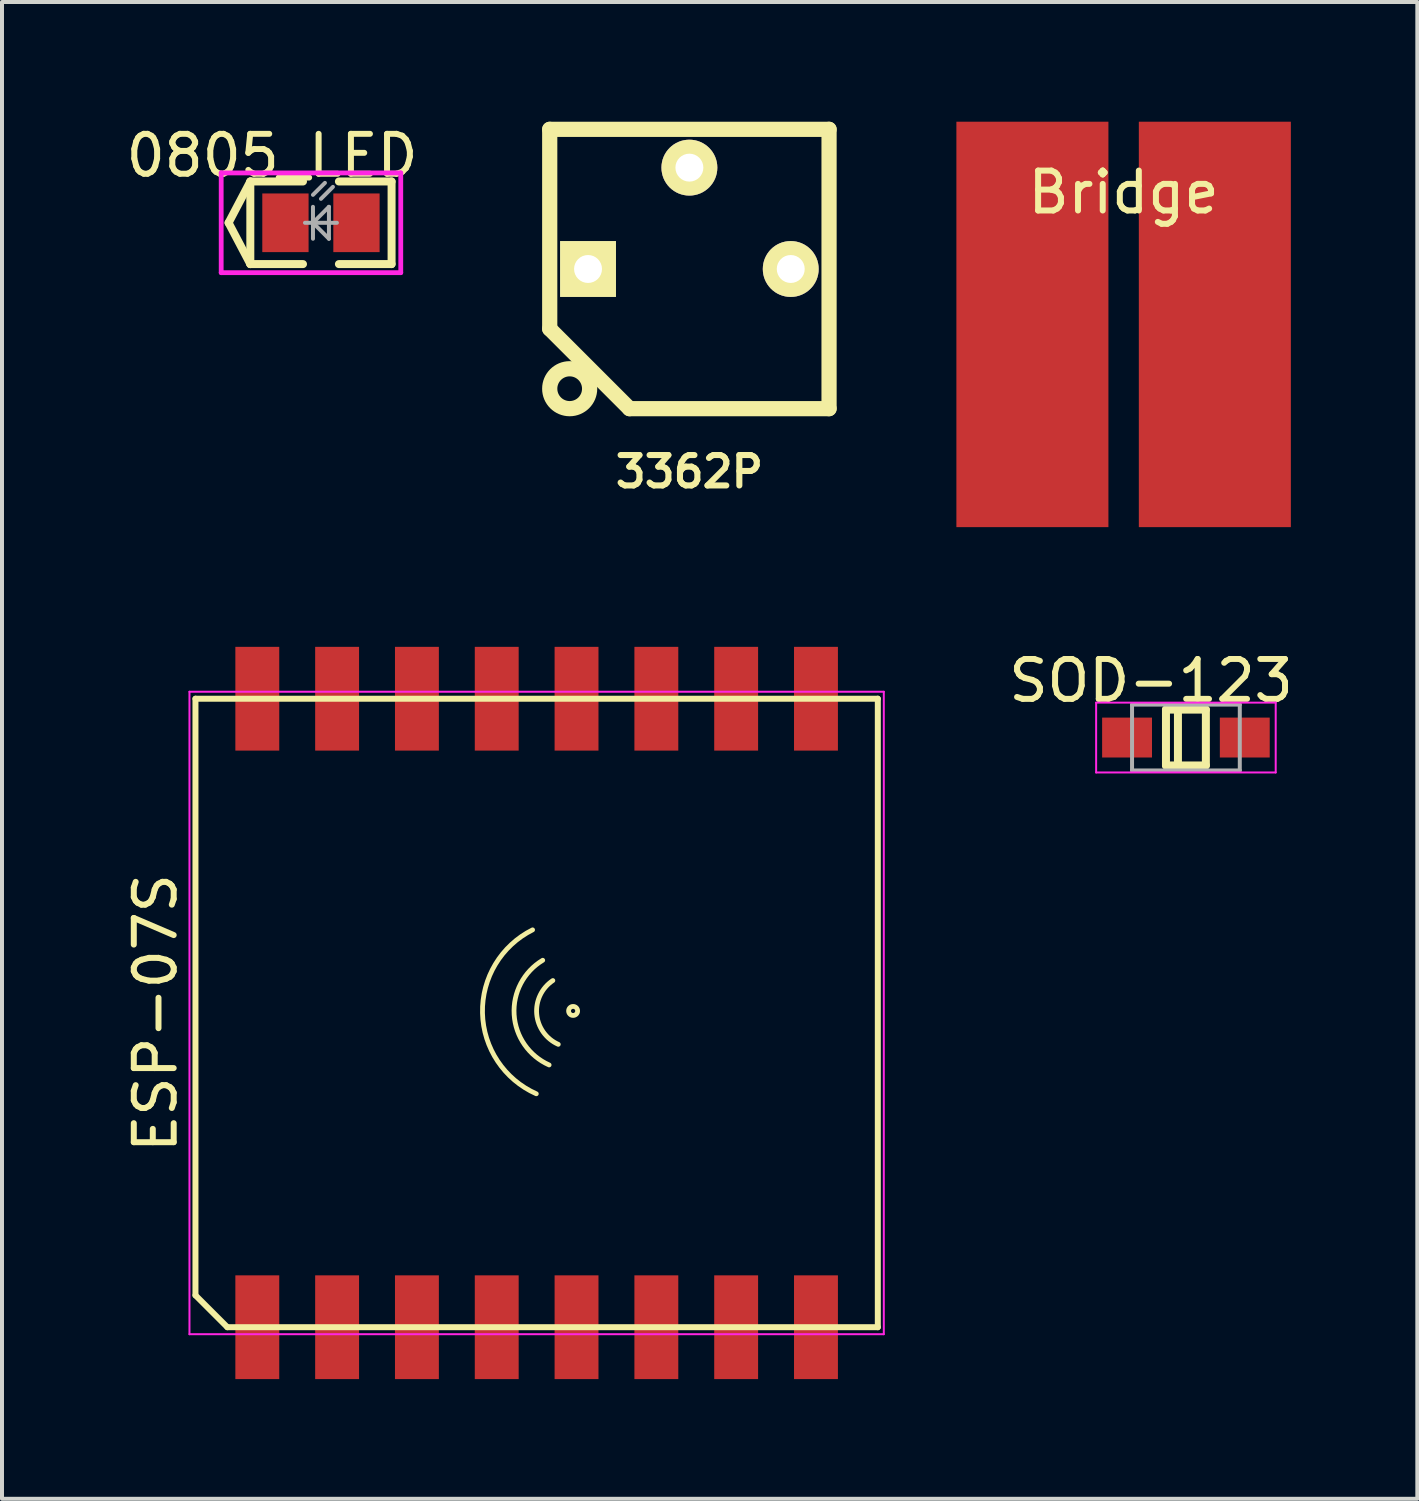
<source format=kicad_pcb>
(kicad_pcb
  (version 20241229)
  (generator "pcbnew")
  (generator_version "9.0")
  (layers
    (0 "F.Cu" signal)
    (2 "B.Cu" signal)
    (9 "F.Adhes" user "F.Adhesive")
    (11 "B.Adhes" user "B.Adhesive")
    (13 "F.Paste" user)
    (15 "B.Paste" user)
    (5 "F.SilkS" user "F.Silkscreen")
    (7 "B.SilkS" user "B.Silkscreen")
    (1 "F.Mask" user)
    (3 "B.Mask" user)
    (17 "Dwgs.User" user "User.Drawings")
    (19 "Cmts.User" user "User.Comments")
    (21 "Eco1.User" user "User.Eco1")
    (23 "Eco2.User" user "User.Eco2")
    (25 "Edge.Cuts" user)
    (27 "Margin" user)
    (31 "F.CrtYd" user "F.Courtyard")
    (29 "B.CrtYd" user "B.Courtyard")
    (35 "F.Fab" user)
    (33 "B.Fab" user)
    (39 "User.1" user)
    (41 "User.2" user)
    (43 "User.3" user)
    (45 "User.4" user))
  (footprint "Bridge"
    (layer "F.Cu")
    (at 25.108 1.27)
    (property "Reference" "Bridge" (at 0 0.5 0) (layer "F.SilkS") (effects (font (size 1 1) (thickness 0.15))))
    (attr through_hole)
    (fp_poly (pts (xy -4.064 -1.143) (xy 4.064 -1.143) (xy 4.064 8.763) (xy -4.064 8.763)) (stroke (width 0.1) (type solid)) (fill yes) (layer "F.Mask"))
    (pad "1" smd rect (at -2.286 3.81) (size 3.81 10.16) (layers "F.Cu" "F.Mask" "F.Paste"))
    (pad "2" smd rect (at 2.286 3.81) (size 3.81 10.16) (layers "F.Cu" "F.Mask" "F.Paste")))
  (footprint "3362P"
    (layer "F.Cu")
    (at 14.226 3.691)
    (property "Reference" "3362P" (at 0 5.08 0) (layer "F.SilkS") (effects (font (size 0.762 0.762) (thickness 0.152))))
    (attr through_hole)
    (fp_line (start -3.5 -3.5) (end 3.5 -3.5) (stroke (width 0.381) (type solid)) (layer "F.SilkS"))
    (fp_line (start -3.5 1.5) (end -3.5 -3.5) (stroke (width 0.381) (type solid)) (layer "F.SilkS"))
    (fp_line (start -3.5 1.5) (end -1.5 3.5) (stroke (width 0.381) (type solid)) (layer "F.SilkS"))
    (fp_line (start -1.5 3.5) (end 3.5 3.5) (stroke (width 0.381) (type solid)) (layer "F.SilkS"))
    (fp_line (start 3.5 -3.5) (end 3.5 3.5) (stroke (width 0.381) (type solid)) (layer "F.SilkS"))
    (fp_circle (center -3 3) (end -3 3.5) (stroke (width 0.381) (type solid)) (fill no) (layer "F.SilkS"))
    (pad "1" thru_hole rect (at -2.54 0) (size 1.4 1.4) (drill 0.7) (layers "*.Cu" "*.Mask" "F.SilkS"))
    (pad "2" thru_hole circle (at 0 -2.54) (size 1.4 1.4) (drill 0.7) (layers "*.Cu" "*.Mask" "F.SilkS"))
    (pad "3" thru_hole circle (at 2.54 0) (size 1.4 1.4) (drill 0.7) (layers "*.Cu" "*.Mask" "F.SilkS")))
  (footprint "0805_LED"
    (layer "F.Cu")
    (at 4.993 2.533)
    (property "Reference" "0805_LED" (at -1.225 -1.684 0) (layer "F.SilkS") (effects (font (size 1 1) (thickness 0.15))))
    (attr through_hole)
    (fp_line (start -2.315 0) (end -1.77 -1.035) (stroke (width 0.2) (type solid)) (layer "F.SilkS"))
    (fp_line (start -2.315 0) (end -1.77 1.035) (stroke (width 0.2) (type solid)) (layer "F.SilkS"))
    (fp_line (start -1.77 -1.035) (end -0.45 -1.035) (stroke (width 0.2) (type solid)) (layer "F.SilkS"))
    (fp_line (start -1.77 1.035) (end -1.77 -1.035) (stroke (width 0.2) (type solid)) (layer "F.SilkS"))
    (fp_line (start -1.77 1.035) (end -0.45 1.035) (stroke (width 0.2) (type solid)) (layer "F.SilkS"))
    (fp_line (start 0.45 -1.035) (end 1.77 -1.035) (stroke (width 0.2) (type solid)) (layer "F.SilkS"))
    (fp_line (start 0.45 1.035) (end 1.77 1.035) (stroke (width 0.2) (type solid)) (layer "F.SilkS"))
    (fp_line (start 1.77 1.035) (end 1.77 -1.035) (stroke (width 0.2) (type solid)) (layer "F.SilkS"))
    (fp_line (start -2.5 -1.25) (end 2 -1.25) (stroke (width 0.12) (type solid)) (layer "F.CrtYd"))
    (fp_line (start -2.5 1.25) (end -2.5 -1.25) (stroke (width 0.12) (type solid)) (layer "F.CrtYd"))
    (fp_line (start 2 -1.25) (end 2 1.25) (stroke (width 0.12) (type solid)) (layer "F.CrtYd"))
    (fp_line (start 2 1.25) (end -2.5 1.25) (stroke (width 0.12) (type solid)) (layer "F.CrtYd"))
    (fp_line (start -0.4 0) (end 0.4 0) (stroke (width 0.1) (type solid)) (layer "F.Fab"))
    (fp_line (start -0.2 -0.7) (end 0.1 -1) (stroke (width 0.1) (type solid)) (layer "F.Fab"))
    (fp_line (start -0.2 0) (end 0.2 -0.4) (stroke (width 0.1) (type solid)) (layer "F.Fab"))
    (fp_line (start -0.2 0) (end 0.2 0.4) (stroke (width 0.1) (type solid)) (layer "F.Fab"))
    (fp_line (start -0.2 0.4) (end -0.2 -0.4) (stroke (width 0.1) (type solid)) (layer "F.Fab"))
    (fp_line (start 0 -0.6) (end 0.3 -0.9) (stroke (width 0.1) (type solid)) (layer "F.Fab"))
    (fp_line (start 0.2 0.4) (end 0.2 -0.4) (stroke (width 0.1) (type solid)) (layer "F.Fab"))
    (pad "1" smd rect (at 0.89 0 180) (size 1.16 1.47) (layers "F.Cu" "F.Mask" "F.Paste"))
    (pad "2" smd rect (at -0.89 0 180) (size 1.16 1.47) (layers "F.Cu" "F.Mask" "F.Paste")))
  (footprint "SOD-123"
    (layer "F.Cu")
    (at 26.669 15.433)
    (property "Reference" "SOD-123" (at -0.874 -1.424 0) (layer "F.SilkS") (effects (font (size 1 1) (thickness 0.15))))
    (attr through_hole)
    (fp_line (start -0.5 -0.7) (end 0.5 -0.7) (stroke (width 0.2) (type solid)) (layer "F.SilkS"))
    (fp_line (start -0.5 0.7) (end -0.5 -0.7) (stroke (width 0.2) (type solid)) (layer "F.SilkS"))
    (fp_line (start -0.5 0.7) (end 0.5 0.7) (stroke (width 0.2) (type solid)) (layer "F.SilkS"))
    (fp_line (start -0.2 0.7) (end -0.2 -0.7) (stroke (width 0.2) (type solid)) (layer "F.SilkS"))
    (fp_line (start 0.5 0.7) (end 0.5 -0.7) (stroke (width 0.2) (type solid)) (layer "F.SilkS"))
    (fp_line (start -2.25 -0.875) (end 2.25 -0.875) (stroke (width 0.05) (type solid)) (layer "F.CrtYd"))
    (fp_line (start -2.25 0.875) (end -2.25 -0.875) (stroke (width 0.05) (type solid)) (layer "F.CrtYd"))
    (fp_line (start 2.25 -0.875) (end 2.25 0.875) (stroke (width 0.05) (type solid)) (layer "F.CrtYd"))
    (fp_line (start 2.25 0.875) (end -2.25 0.875) (stroke (width 0.05) (type solid)) (layer "F.CrtYd"))
    (fp_line (start -1.35 -0.825) (end 1.35 -0.825) (stroke (width 0.1) (type solid)) (layer "F.Fab"))
    (fp_line (start -1.35 0.825) (end -1.35 -0.825) (stroke (width 0.1) (type solid)) (layer "F.Fab"))
    (fp_line (start -1.35 0.825) (end 1.35 0.825) (stroke (width 0.1) (type solid)) (layer "F.Fab"))
    (fp_line (start 1.35 0.825) (end 1.35 -0.825) (stroke (width 0.1) (type solid)) (layer "F.Fab"))
    (pad "1" smd rect (at 1.475 0 180) (size 1.25 1) (layers "F.Cu" "F.Mask" "F.Paste"))
    (pad "2" smd rect (at -1.475 0 180) (size 1.25 1) (layers "F.Cu" "F.Mask" "F.Paste")))
  (footprint "ESP-07S"
    (layer "F.Cu")
    (at 10.398 22.335)
    (property "Reference" "ESP-07S" (at -9.55 0 90) (layer "F.SilkS") (effects (font (size 1 1) (thickness 0.15))))
    (attr smd)
    (fp_line (start -8.55 -7.875) (end 8.55 -7.875) (stroke (width 0.15) (type solid)) (layer "F.SilkS"))
    (fp_line (start -8.55 7.075) (end -8.55 -7.875) (stroke (width 0.15) (type solid)) (layer "F.SilkS"))
    (fp_line (start -7.75 7.875) (end -8.55 7.075) (stroke (width 0.15) (type solid)) (layer "F.SilkS"))
    (fp_line (start 8.55 -7.875) (end 8.55 7.875) (stroke (width 0.15) (type solid)) (layer "F.SilkS"))
    (fp_line (start 8.55 7.875) (end -7.75 7.875) (stroke (width 0.15) (type solid)) (layer "F.SilkS"))
    (fp_arc (start -0.008284 2.025237) (mid -1.356858 0.000792) (end -0.101599 -2.082799) (stroke (width 0.12) (type solid)) (layer "F.SilkS"))
    (fp_arc (start 0.312884 1.30261) (mid -0.563897 0.039633) (end 0.152401 -1.320799) (stroke (width 0.12) (type solid)) (layer "F.SilkS"))
    (fp_arc (start 0.542455 0.786076) (mid 0.00189 0.026849) (end 0.406401 -0.812799) (stroke (width 0.12) (type solid)) (layer "F.SilkS"))
    (fp_circle (center 0.914 -0.051) (end 0.813 -0.102) (stroke (width 0.12) (type solid)) (fill no) (layer "F.SilkS"))
    (fp_line (start -8.7 -8.05) (end 8.7 -8.05) (stroke (width 0.05) (type solid)) (layer "F.CrtYd"))
    (fp_line (start -8.7 8.05) (end -8.7 -8.05) (stroke (width 0.05) (type solid)) (layer "F.CrtYd"))
    (fp_line (start 8.7 -8.05) (end 8.7 8.05) (stroke (width 0.05) (type solid)) (layer "F.CrtYd"))
    (fp_line (start 8.7 8.05) (end -8.7 8.05) (stroke (width 0.05) (type solid)) (layer "F.CrtYd"))
    (pad "1" smd rect (at -7 7.875) (size 1.1 2.6) (layers "F.Cu" "F.Mask" "F.Paste"))
    (pad "2" smd rect (at -5 7.875) (size 1.1 2.6) (layers "F.Cu" "F.Mask" "F.Paste"))
    (pad "3" smd rect (at -3 7.875) (size 1.1 2.6) (layers "F.Cu" "F.Mask" "F.Paste"))
    (pad "4" smd rect (at -1 7.875) (size 1.1 2.6) (layers "F.Cu" "F.Mask" "F.Paste"))
    (pad "5" smd rect (at 1 7.875) (size 1.1 2.6) (layers "F.Cu" "F.Mask" "F.Paste"))
    (pad "6" smd rect (at 3 7.875) (size 1.1 2.6) (layers "F.Cu" "F.Mask" "F.Paste"))
    (pad "7" smd rect (at 5 7.875) (size 1.1 2.6) (layers "F.Cu" "F.Mask" "F.Paste"))
    (pad "8" smd rect (at 7 7.875) (size 1.1 2.6) (layers "F.Cu" "F.Mask" "F.Paste"))
    (pad "9" smd rect (at 7 -7.875) (size 1.1 2.6) (layers "F.Cu" "F.Mask" "F.Paste"))
    (pad "10" smd rect (at 5 -7.875) (size 1.1 2.6) (layers "F.Cu" "F.Mask" "F.Paste"))
    (pad "11" smd rect (at 3 -7.875) (size 1.1 2.6) (layers "F.Cu" "F.Mask" "F.Paste"))
    (pad "12" smd rect (at 1 -7.875) (size 1.1 2.6) (layers "F.Cu" "F.Mask" "F.Paste"))
    (pad "13" smd rect (at -1 -7.875) (size 1.1 2.6) (layers "F.Cu" "F.Mask" "F.Paste"))
    (pad "14" smd rect (at -3 -7.875) (size 1.1 2.6) (layers "F.Cu" "F.Mask" "F.Paste"))
    (pad "15" smd rect (at -5 -7.875) (size 1.1 2.6) (layers "F.Cu" "F.Mask" "F.Paste"))
    (pad "16" smd rect (at -7 -7.875) (size 1.1 2.6) (layers "F.Cu" "F.Mask" "F.Paste")))
  (gr_rect
    (start -3 -3)
    (end 32.468 34.51)
    (stroke (width 0.1) (type default))
    (fill no)
    (layer "Edge.Cuts")))
</source>
